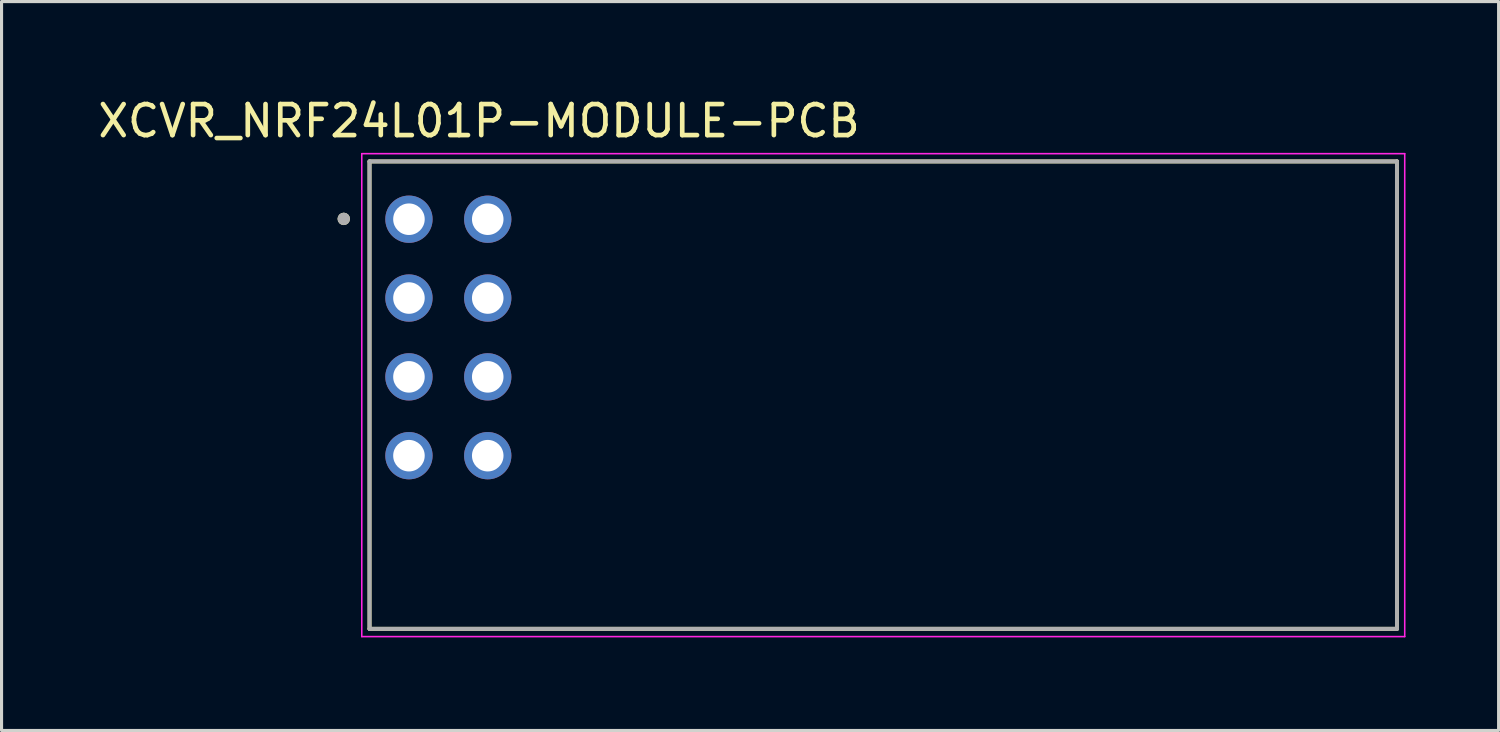
<source format=kicad_pcb>
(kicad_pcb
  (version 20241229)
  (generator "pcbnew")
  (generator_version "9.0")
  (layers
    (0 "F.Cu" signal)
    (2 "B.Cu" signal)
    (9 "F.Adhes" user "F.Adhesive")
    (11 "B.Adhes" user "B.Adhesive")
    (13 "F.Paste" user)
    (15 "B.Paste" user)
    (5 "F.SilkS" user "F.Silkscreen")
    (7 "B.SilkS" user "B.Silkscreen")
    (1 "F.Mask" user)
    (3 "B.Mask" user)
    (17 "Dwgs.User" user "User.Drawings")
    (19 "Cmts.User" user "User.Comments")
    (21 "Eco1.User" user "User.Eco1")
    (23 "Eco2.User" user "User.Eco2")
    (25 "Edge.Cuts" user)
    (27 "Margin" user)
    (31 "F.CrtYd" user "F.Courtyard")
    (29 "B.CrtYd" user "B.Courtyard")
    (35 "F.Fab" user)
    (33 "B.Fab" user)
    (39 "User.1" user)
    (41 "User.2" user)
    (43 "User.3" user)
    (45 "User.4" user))
  (footprint "XCVR_NRF24L01P-MODULE-PCB"
    (layer "F.Cu")
    (at 25.412 9.683)
    (property "Reference" "XCVR_NRF24L01P-MODULE-PCB" (at -13.025 -8.835 0) (layer "F.SilkS") (effects (font (size 1 1) (thickness 0.15))))
    (attr through_hole)
    (fp_line (start -16.554 -7.531) (end -16.554 7.531) (stroke (width 0.127) (type solid)) (layer "F.SilkS"))
    (fp_line (start -16.554 7.531) (end 16.554 7.531) (stroke (width 0.127) (type solid)) (layer "F.SilkS"))
    (fp_line (start 16.554 -7.531) (end -16.554 -7.531) (stroke (width 0.127) (type solid)) (layer "F.SilkS"))
    (fp_line (start 16.554 7.531) (end 16.554 -7.531) (stroke (width 0.127) (type solid)) (layer "F.SilkS"))
    (fp_circle (center -17.385 -5.68) (end -17.285 -5.68) (stroke (width 0.2) (type solid)) (fill no) (layer "F.SilkS"))
    (fp_line (start -16.804 -7.781) (end -16.804 7.781) (stroke (width 0.05) (type solid)) (layer "F.CrtYd"))
    (fp_line (start -16.804 7.781) (end 16.804 7.781) (stroke (width 0.05) (type solid)) (layer "F.CrtYd"))
    (fp_line (start 16.804 -7.781) (end -16.804 -7.781) (stroke (width 0.05) (type solid)) (layer "F.CrtYd"))
    (fp_line (start 16.804 7.781) (end 16.804 -7.781) (stroke (width 0.05) (type solid)) (layer "F.CrtYd"))
    (fp_line (start -16.554 -7.531) (end -16.554 7.531) (stroke (width 0.127) (type solid)) (layer "F.Fab"))
    (fp_line (start -16.554 7.531) (end 16.554 7.531) (stroke (width 0.127) (type solid)) (layer "F.Fab"))
    (fp_line (start 16.554 -7.531) (end -16.554 -7.531) (stroke (width 0.127) (type solid)) (layer "F.Fab"))
    (fp_line (start 16.554 7.531) (end 16.554 -7.531) (stroke (width 0.127) (type solid)) (layer "F.Fab"))
    (fp_circle (center -17.385 -5.68) (end -17.285 -5.68) (stroke (width 0.2) (type solid)) (fill no) (layer "F.Fab"))
    (pad "1" thru_hole circle (at -15.284 -5.669) (size 1.524 1.524) (drill 1.016) (layers "*.Cu" "*.Mask"))
    (pad "2" thru_hole circle (at -12.745 -5.669) (size 1.524 1.524) (drill 1.016) (layers "*.Cu" "*.Mask"))
    (pad "3" thru_hole circle (at -15.284 -3.129) (size 1.524 1.524) (drill 1.016) (layers "*.Cu" "*.Mask"))
    (pad "4" thru_hole circle (at -12.745 -3.129) (size 1.524 1.524) (drill 1.016) (layers "*.Cu" "*.Mask"))
    (pad "5" thru_hole circle (at -15.284 -0.589) (size 1.524 1.524) (drill 1.016) (layers "*.Cu" "*.Mask"))
    (pad "6" thru_hole circle (at -12.745 -0.589) (size 1.524 1.524) (drill 1.016) (layers "*.Cu" "*.Mask"))
    (pad "7" thru_hole circle (at -15.284 1.951) (size 1.524 1.524) (drill 1.016) (layers "*.Cu" "*.Mask"))
    (pad "8" thru_hole circle (at -12.745 1.951) (size 1.524 1.524) (drill 1.016) (layers "*.Cu" "*.Mask")))
  (gr_rect
    (start -3 -3)
    (end 45.241 20.489)
    (stroke (width 0.1) (type default))
    (fill no)
    (layer "Edge.Cuts")))
</source>
